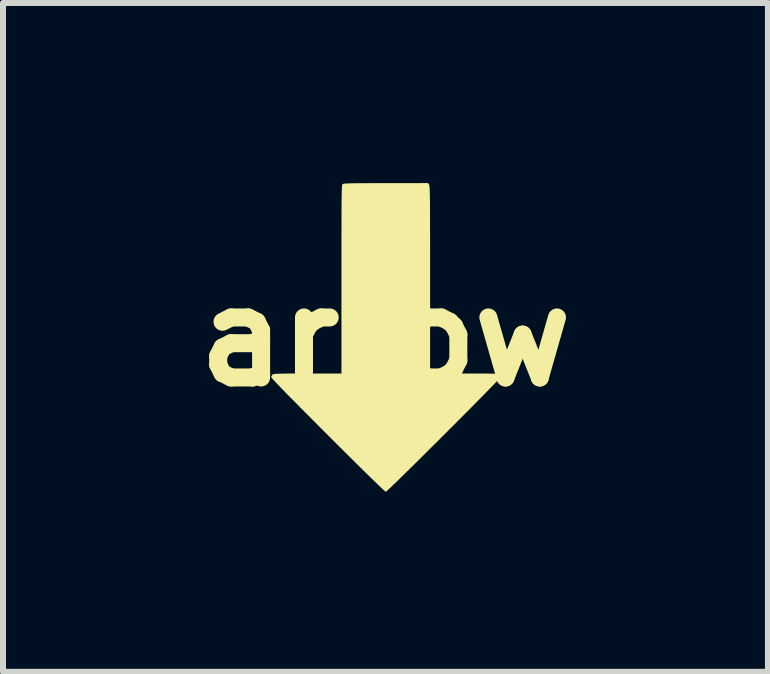
<source format=kicad_pcb>
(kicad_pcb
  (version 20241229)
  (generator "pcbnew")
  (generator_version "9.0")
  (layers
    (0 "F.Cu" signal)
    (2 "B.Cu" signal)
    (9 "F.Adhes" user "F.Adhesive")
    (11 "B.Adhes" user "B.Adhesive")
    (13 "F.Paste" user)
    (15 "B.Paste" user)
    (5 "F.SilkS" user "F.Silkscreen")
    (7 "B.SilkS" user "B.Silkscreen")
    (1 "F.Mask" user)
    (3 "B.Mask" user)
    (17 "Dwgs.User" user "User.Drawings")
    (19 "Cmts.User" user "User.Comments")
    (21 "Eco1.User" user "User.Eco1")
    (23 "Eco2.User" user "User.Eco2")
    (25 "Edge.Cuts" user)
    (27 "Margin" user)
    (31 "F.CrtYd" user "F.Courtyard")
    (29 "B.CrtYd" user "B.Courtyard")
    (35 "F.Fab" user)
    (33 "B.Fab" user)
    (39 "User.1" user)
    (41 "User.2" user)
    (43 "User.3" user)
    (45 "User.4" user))
  (footprint "arrow"
    (layer "F.Cu")
    (at 3.371 2.56)
    (property "Reference" "arrow" (at 0 0 0) (layer "F.SilkS") (effects (font (size 1.5 1.5) (thickness 0.3))))
    (attr board_only exclude_from_pos_files exclude_from_bom)
    (fp_poly (pts (xy 0.727 -2.535) (xy 0.729 -2.53) (xy 0.731 -2.522) (xy 0.733 -2.508) (xy 0.735 -2.489) (xy 0.737 -2.463) (xy 0.738 -2.429) (xy 0.739 -2.386) (xy 0.74 -2.334) (xy 0.741 -2.27) (xy 0.742 -2.194) (xy 0.742 -2.105) (xy 0.743 -2.002) (xy 0.743 -1.884) (xy 0.743 -1.749) (xy 0.744 -1.597) (xy 0.744 -1.427) (xy 0.744 -1.237) (xy 0.744 -1.027) (xy 0.744 -0.949) (xy 0.744 0.613) (xy 1.307 0.613) (xy 1.433 0.613) (xy 1.538 0.613) (xy 1.625 0.613) (xy 1.696 0.613) (xy 1.752 0.614) (xy 1.796 0.615) (xy 1.828 0.617) (xy 1.852 0.619) (xy 1.868 0.622) (xy 1.879 0.625) (xy 1.886 0.629) (xy 1.892 0.634) (xy 1.892 0.634) (xy 1.909 0.657) (xy 1.914 0.675) (xy 1.907 0.686) (xy 1.885 0.711) (xy 1.849 0.748) (xy 1.802 0.798) (xy 1.743 0.859) (xy 1.675 0.929) (xy 1.598 1.007) (xy 1.513 1.093) (xy 1.423 1.185) (xy 1.326 1.282) (xy 1.226 1.383) (xy 1.123 1.486) (xy 1.018 1.591) (xy 0.912 1.697) (xy 0.807 1.801) (xy 0.704 1.904) (xy 0.603 2.004) (xy 0.507 2.099) (xy 0.415 2.19) (xy 0.33 2.273) (xy 0.252 2.35) (xy 0.183 2.417) (xy 0.123 2.474) (xy 0.075 2.521) (xy 0.038 2.555) (xy 0.014 2.575) (xy 0.006 2.582) (xy -0.006 2.574) (xy -0.032 2.551) (xy -0.074 2.512) (xy -0.13 2.458) (xy -0.201 2.39) (xy -0.286 2.307) (xy -0.386 2.209) (xy -0.499 2.097) (xy -0.627 1.97) (xy -0.768 1.83) (xy -0.923 1.675) (xy -0.96 1.638) (xy -1.118 1.48) (xy -1.261 1.336) (xy -1.389 1.208) (xy -1.502 1.093) (xy -1.601 0.994) (xy -1.685 0.908) (xy -1.755 0.836) (xy -1.811 0.777) (xy -1.854 0.731) (xy -1.883 0.699) (xy -1.899 0.679) (xy -1.903 0.672) (xy -1.896 0.647) (xy -1.883 0.631) (xy -1.877 0.627) (xy -1.868 0.623) (xy -1.852 0.62) (xy -1.83 0.618) (xy -1.798 0.616) (xy -1.756 0.615) (xy -1.701 0.614) (xy -1.632 0.613) (xy -1.547 0.613) (xy -1.443 0.613) (xy -1.32 0.613) (xy -1.298 0.613) (xy -0.733 0.613) (xy -0.733 -0.959) (xy -0.733 -1.175) (xy -0.733 -1.371) (xy -0.733 -1.548) (xy -0.733 -1.705) (xy -0.732 -1.845) (xy -0.732 -1.968) (xy -0.732 -2.076) (xy -0.731 -2.169) (xy -0.731 -2.249) (xy -0.73 -2.317) (xy -0.729 -2.373) (xy -0.728 -2.419) (xy -0.727 -2.456) (xy -0.725 -2.484) (xy -0.724 -2.506) (xy -0.722 -2.522) (xy -0.72 -2.532) (xy -0.718 -2.539) (xy -0.715 -2.543) (xy -0.714 -2.544) (xy -0.706 -2.547) (xy -0.691 -2.55) (xy -0.666 -2.552) (xy -0.631 -2.554) (xy -0.583 -2.556) (xy -0.522 -2.557) (xy -0.446 -2.558) (xy -0.354 -2.558) (xy -0.244 -2.559) (xy -0.115 -2.559) (xy 0.008 -2.559) (xy 0.71 -2.56)) (stroke (width 0) (type solid)) (fill yes) (layer "F.SilkS")))
  (gr_rect
    (start -3 -3)
    (end 9.743 8.141)
    (stroke (width 0.1) (type default))
    (fill no)
    (layer "Edge.Cuts")))
</source>
